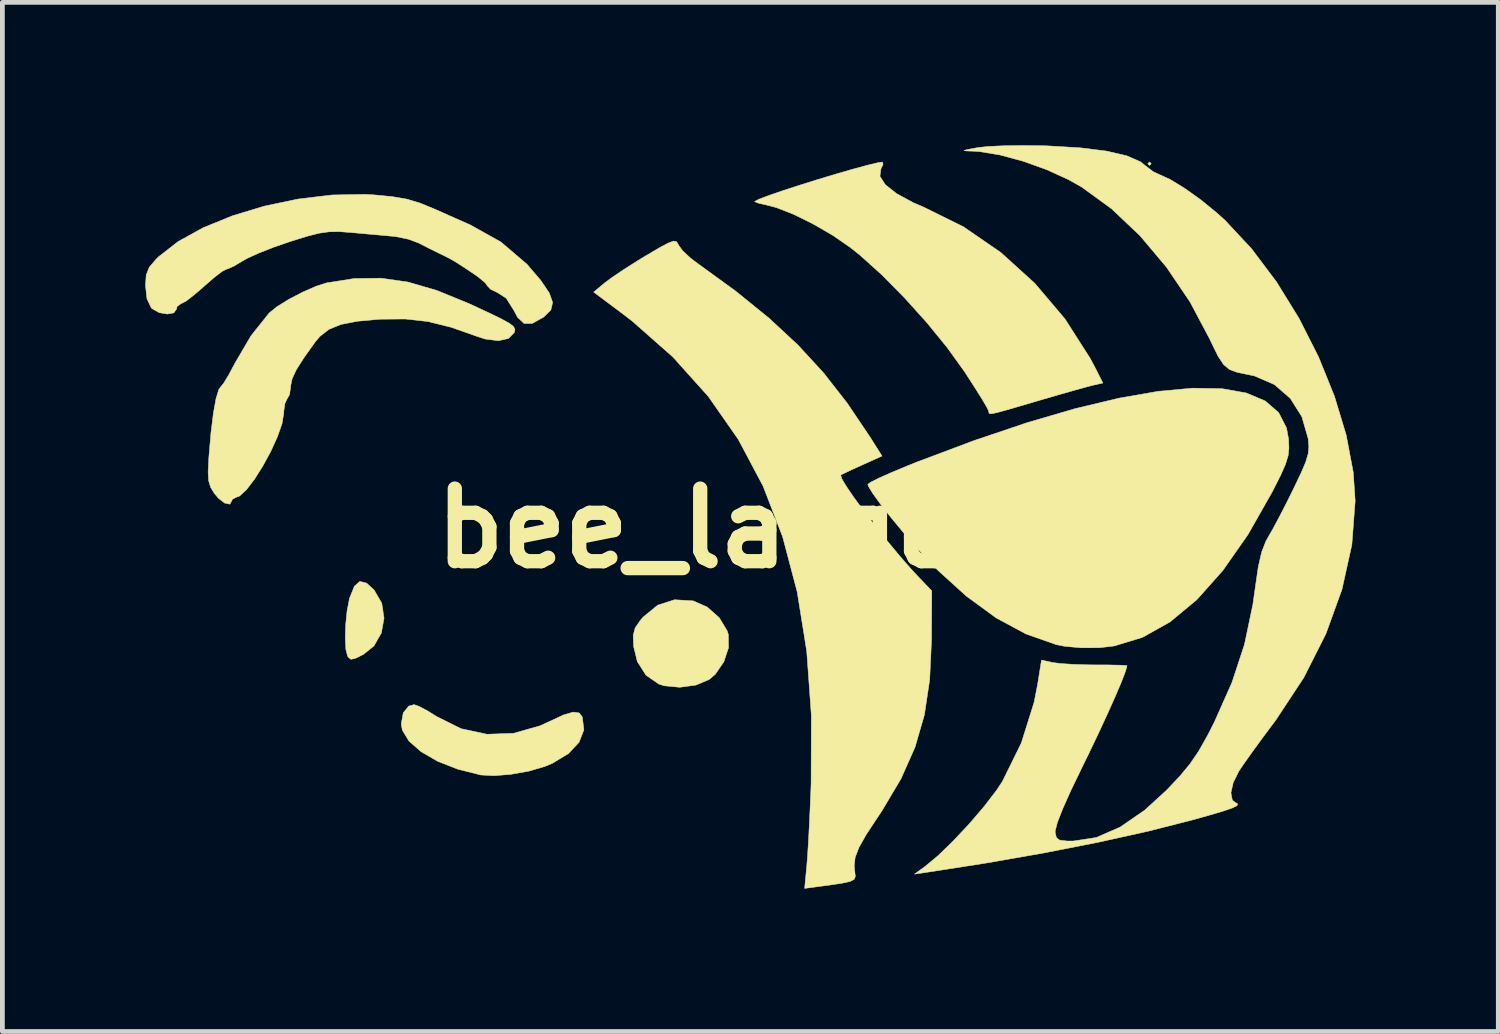
<source format=kicad_pcb>
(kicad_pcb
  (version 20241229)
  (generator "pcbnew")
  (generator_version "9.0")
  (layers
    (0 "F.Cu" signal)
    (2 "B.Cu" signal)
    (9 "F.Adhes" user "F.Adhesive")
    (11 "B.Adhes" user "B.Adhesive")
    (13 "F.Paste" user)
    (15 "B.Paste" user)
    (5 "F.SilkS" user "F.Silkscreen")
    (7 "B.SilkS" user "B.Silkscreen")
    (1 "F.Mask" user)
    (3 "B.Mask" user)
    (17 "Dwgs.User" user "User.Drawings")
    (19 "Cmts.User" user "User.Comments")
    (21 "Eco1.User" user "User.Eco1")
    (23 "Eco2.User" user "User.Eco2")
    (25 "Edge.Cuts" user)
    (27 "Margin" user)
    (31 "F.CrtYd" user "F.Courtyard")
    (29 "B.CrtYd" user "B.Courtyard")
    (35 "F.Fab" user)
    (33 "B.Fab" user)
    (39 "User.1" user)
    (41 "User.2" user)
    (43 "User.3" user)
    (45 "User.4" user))
  (footprint "bee_large_v3"
    (layer "F.Cu")
    (at 13.503 8.044)
    (property "Reference" "bee_large_v3" (at 0 0 0) (layer "F.SilkS") (effects (font (size 1.524 1.524) (thickness 0.3))))
    (attr through_hole)
    (fp_poly (pts (xy 7.62 -7.656) (xy 7.584 -7.62) (xy 7.547 -7.656) (xy 7.584 -7.693) (xy 7.62 -7.656)) (stroke (width 0.01) (type solid)) (fill yes) (layer "F.SilkS"))
    (fp_poly (pts (xy -8.856 1.15) (xy -8.697 1.295) (xy -8.537 1.571) (xy -8.489 1.885) (xy -8.546 2.198) (xy -8.701 2.469) (xy -8.924 2.648) (xy -9.095 2.731) (xy -9.185 2.75) (xy -9.238 2.708) (xy -9.256 2.68) (xy -9.291 2.54) (xy -9.303 2.303) (xy -9.294 2.018) (xy -9.265 1.73) (xy -9.218 1.487) (xy -9.21 1.458) (xy -9.112 1.215) (xy -8.997 1.114) (xy -8.856 1.15)) (stroke (width 0.01) (type solid)) (fill yes) (layer "F.SilkS"))
    (fp_poly (pts (xy -1.996 1.523) (xy -1.703 1.653) (xy -1.45 1.877) (xy -1.284 2.152) (xy -1.26 2.226) (xy -1.256 2.506) (xy -1.355 2.803) (xy -1.533 3.063) (xy -1.662 3.173) (xy -1.94 3.291) (xy -2.279 3.337) (xy -2.606 3.306) (xy -2.721 3.269) (xy -2.988 3.084) (xy -3.171 2.798) (xy -3.248 2.482) (xy -3.258 2.25) (xy -3.216 2.088) (xy -3.1 1.922) (xy -3.049 1.863) (xy -2.744 1.613) (xy -2.389 1.499) (xy -1.996 1.523)) (stroke (width 0.01) (type solid)) (fill yes) (layer "F.SilkS"))
    (fp_poly (pts (xy -7.751 3.739) (xy -7.567 3.837) (xy -7.383 3.952) (xy -6.873 4.206) (xy -6.329 4.323) (xy -5.769 4.303) (xy -5.211 4.145) (xy -5.021 4.057) (xy -4.719 3.917) (xy -4.516 3.858) (xy -4.39 3.876) (xy -4.326 3.961) (xy -4.293 4.231) (xy -4.395 4.493) (xy -4.62 4.732) (xy -4.959 4.936) (xy -5.113 5) (xy -5.449 5.098) (xy -5.827 5.165) (xy -6.185 5.194) (xy -6.459 5.178) (xy -6.938 5.058) (xy -7.362 4.892) (xy -7.711 4.69) (xy -7.966 4.467) (xy -8.107 4.234) (xy -8.128 4.106) (xy -8.085 3.871) (xy -7.968 3.73) (xy -7.858 3.701) (xy -7.751 3.739)) (stroke (width 0.01) (type solid)) (fill yes) (layer "F.SilkS"))
    (fp_poly (pts (xy 9.106 -2.933) (xy 9.615 -2.843) (xy 10.012 -2.676) (xy 10.295 -2.431) (xy 10.461 -2.108) (xy 10.504 -1.869) (xy 10.511 -1.687) (xy 10.494 -1.526) (xy 10.44 -1.348) (xy 10.339 -1.119) (xy 10.179 -0.802) (xy 10.163 -0.77) (xy 9.652 0.129) (xy 9.124 0.884) (xy 8.579 1.496) (xy 8.016 1.964) (xy 7.437 2.289) (xy 6.841 2.47) (xy 6.526 2.507) (xy 6.151 2.508) (xy 5.798 2.476) (xy 5.624 2.441) (xy 4.988 2.217) (xy 4.364 1.881) (xy 3.735 1.421) (xy 3.145 0.886) (xy 2.909 0.643) (xy 2.651 0.359) (xy 2.39 0.056) (xy 2.144 -0.242) (xy 1.932 -0.513) (xy 1.772 -0.734) (xy 1.682 -0.883) (xy 1.669 -0.925) (xy 1.733 -0.971) (xy 1.909 -1.059) (xy 2.175 -1.177) (xy 2.506 -1.315) (xy 2.703 -1.394) (xy 3.901 -1.844) (xy 5.01 -2.218) (xy 6.026 -2.515) (xy 6.947 -2.735) (xy 7.77 -2.878) (xy 8.49 -2.944) (xy 9.106 -2.933)) (stroke (width 0.01) (type solid)) (fill yes) (layer "F.SilkS"))
    (fp_poly (pts (xy 1.989 -7.642) (xy 1.944 -7.55) (xy 1.923 -7.393) (xy 2.036 -7.216) (xy 2.272 -7.029) (xy 2.623 -6.839) (xy 2.839 -6.746) (xy 3.677 -6.332) (xy 4.462 -5.792) (xy 5.177 -5.143) (xy 5.808 -4.398) (xy 6.336 -3.573) (xy 6.45 -3.358) (xy 6.605 -3.051) (xy 6.405 -3.007) (xy 6.263 -2.97) (xy 6.014 -2.901) (xy 5.69 -2.809) (xy 5.325 -2.703) (xy 5.242 -2.679) (xy 4.843 -2.561) (xy 4.563 -2.48) (xy 4.38 -2.43) (xy 4.275 -2.408) (xy 4.225 -2.409) (xy 4.21 -2.427) (xy 4.209 -2.456) (xy 4.171 -2.537) (xy 4.068 -2.713) (xy 3.913 -2.96) (xy 3.724 -3.252) (xy 3.697 -3.294) (xy 3.34 -3.79) (xy 2.91 -4.318) (xy 2.439 -4.841) (xy 1.961 -5.325) (xy 1.506 -5.735) (xy 1.306 -5.895) (xy 0.933 -6.152) (xy 0.521 -6.391) (xy 0.112 -6.593) (xy -0.254 -6.736) (xy -0.457 -6.789) (xy -0.625 -6.827) (xy -0.706 -6.859) (xy -0.706 -6.865) (xy -0.611 -6.914) (xy -0.403 -6.992) (xy -0.11 -7.093) (xy 0.239 -7.206) (xy 0.618 -7.325) (xy 0.999 -7.44) (xy 1.353 -7.542) (xy 1.655 -7.624) (xy 1.875 -7.677) (xy 1.978 -7.692) (xy 1.989 -7.642)) (stroke (width 0.01) (type solid)) (fill yes) (layer "F.SilkS"))
    (fp_poly (pts (xy -7.984 -5.171) (xy -7.379 -4.995) (xy -6.705 -4.719) (xy -6.64 -4.69) (xy -6.271 -4.518) (xy -6.016 -4.393) (xy -5.855 -4.304) (xy -5.77 -4.237) (xy -5.741 -4.18) (xy -5.751 -4.122) (xy -5.755 -4.111) (xy -5.875 -3.987) (xy -6.088 -3.94) (xy -6.365 -3.975) (xy -6.526 -4.027) (xy -7.08 -4.222) (xy -7.569 -4.343) (xy -8.042 -4.396) (xy -8.552 -4.392) (xy -8.598 -4.39) (xy -9.055 -4.348) (xy -9.395 -4.281) (xy -9.647 -4.178) (xy -9.837 -4.03) (xy -9.933 -3.916) (xy -10.173 -3.58) (xy -10.331 -3.33) (xy -10.419 -3.142) (xy -10.45 -2.992) (xy -10.45 -2.97) (xy -10.474 -2.806) (xy -10.523 -2.721) (xy -10.571 -2.626) (xy -10.595 -2.447) (xy -10.596 -2.409) (xy -10.632 -2.196) (xy -10.728 -1.922) (xy -10.867 -1.617) (xy -11.033 -1.311) (xy -11.209 -1.032) (xy -11.378 -0.812) (xy -11.522 -0.679) (xy -11.593 -0.653) (xy -11.678 -0.607) (xy -11.684 -0.581) (xy -11.727 -0.508) (xy -11.832 -0.529) (xy -11.965 -0.63) (xy -12.049 -0.729) (xy -12.13 -0.861) (xy -12.172 -0.998) (xy -12.183 -1.186) (xy -12.169 -1.469) (xy -12.166 -1.509) (xy -12.123 -2.011) (xy -12.072 -2.422) (xy -12.016 -2.729) (xy -11.959 -2.915) (xy -11.925 -2.963) (xy -11.856 -3.048) (xy -11.748 -3.227) (xy -11.622 -3.463) (xy -11.611 -3.483) (xy -11.282 -4.044) (xy -10.902 -4.521) (xy -10.74 -4.653) (xy -10.49 -4.808) (xy -10.198 -4.96) (xy -9.913 -5.085) (xy -9.697 -5.154) (xy -9.113 -5.246) (xy -8.552 -5.253) (xy -7.984 -5.171)) (stroke (width 0.01) (type solid)) (fill yes) (layer "F.SilkS"))
    (fp_poly (pts (xy -2.349 -6.021) (xy -2.314 -5.967) (xy -2.309 -5.953) (xy -2.221 -5.831) (xy -2.053 -5.674) (xy -1.916 -5.57) (xy -1.103 -4.979) (xy -0.405 -4.413) (xy 0.202 -3.849) (xy 0.74 -3.264) (xy 1.232 -2.635) (xy 1.701 -1.939) (xy 1.702 -1.939) (xy 1.967 -1.519) (xy 1.546 -1.329) (xy 1.324 -1.228) (xy 1.163 -1.152) (xy 1.1 -1.12) (xy 1.119 -1.047) (xy 1.216 -0.884) (xy 1.375 -0.651) (xy 1.582 -0.368) (xy 1.821 -0.057) (xy 2.076 0.264) (xy 2.332 0.572) (xy 2.573 0.849) (xy 2.714 1.001) (xy 3.012 1.313) (xy 3.006 2.344) (xy 2.968 3.176) (xy 2.857 3.915) (xy 2.66 4.595) (xy 2.367 5.255) (xy 1.967 5.929) (xy 1.862 6.086) (xy 1.632 6.435) (xy 1.483 6.7) (xy 1.403 6.909) (xy 1.382 7.089) (xy 1.396 7.219) (xy 1.407 7.308) (xy 1.383 7.369) (xy 1.299 7.413) (xy 1.131 7.451) (xy 0.854 7.492) (xy 0.697 7.513) (xy 0.342 7.56) (xy 0.386 7.1) (xy 0.404 6.871) (xy 0.425 6.532) (xy 0.446 6.12) (xy 0.466 5.671) (xy 0.478 5.37) (xy 0.483 3.925) (xy 0.386 2.581) (xy 0.186 1.334) (xy -0.119 0.18) (xy -0.53 -0.886) (xy -1.051 -1.868) (xy -1.681 -2.77) (xy -2.423 -3.597) (xy -3.279 -4.352) (xy -3.514 -4.532) (xy -4.088 -4.961) (xy -3.858 -5.153) (xy -3.694 -5.274) (xy -3.446 -5.441) (xy -3.154 -5.626) (xy -2.995 -5.722) (xy -2.709 -5.891) (xy -2.522 -5.991) (xy -2.41 -6.032) (xy -2.349 -6.021)) (stroke (width 0.01) (type solid)) (fill yes) (layer "F.SilkS"))
    (fp_poly (pts (xy -8.709 -7.003) (xy -8.314 -6.965) (xy -8.006 -6.912) (xy -7.729 -6.828) (xy -7.439 -6.709) (xy -7.267 -6.633) (xy -7.013 -6.52) (xy -6.727 -6.393) (xy -6.68 -6.373) (xy -6.037 -6.014) (xy -5.488 -5.546) (xy -5.198 -5.206) (xy -5.019 -4.941) (xy -4.949 -4.742) (xy -4.987 -4.585) (xy -5.131 -4.442) (xy -5.146 -4.432) (xy -5.376 -4.303) (xy -5.548 -4.301) (xy -5.686 -4.431) (xy -5.764 -4.579) (xy -5.924 -4.832) (xy -6.104 -4.949) (xy -6.251 -5.019) (xy -6.314 -5.086) (xy -6.314 -5.086) (xy -6.369 -5.16) (xy -6.511 -5.278) (xy -6.615 -5.351) (xy -6.841 -5.501) (xy -6.991 -5.597) (xy -7.108 -5.664) (xy -7.236 -5.729) (xy -7.312 -5.765) (xy -7.545 -5.88) (xy -7.762 -5.991) (xy -7.977 -6.071) (xy -8.236 -6.125) (xy -8.288 -6.131) (xy -8.519 -6.152) (xy -8.829 -6.18) (xy -9.151 -6.209) (xy -9.159 -6.21) (xy -9.425 -6.23) (xy -9.642 -6.227) (xy -9.855 -6.197) (xy -10.112 -6.131) (xy -10.459 -6.023) (xy -10.465 -6.021) (xy -10.804 -5.904) (xy -11.117 -5.781) (xy -11.361 -5.67) (xy -11.465 -5.612) (xy -11.641 -5.506) (xy -11.774 -5.447) (xy -11.797 -5.443) (xy -11.886 -5.397) (xy -12.047 -5.275) (xy -12.246 -5.103) (xy -12.27 -5.08) (xy -12.474 -4.904) (xy -12.644 -4.774) (xy -12.748 -4.718) (xy -12.754 -4.718) (xy -12.835 -4.659) (xy -12.845 -4.608) (xy -12.903 -4.525) (xy -13.042 -4.5) (xy -13.21 -4.529) (xy -13.358 -4.612) (xy -13.378 -4.632) (xy -13.467 -4.819) (xy -13.498 -5.1) (xy -13.483 -5.321) (xy -13.419 -5.483) (xy -13.275 -5.652) (xy -13.227 -5.7) (xy -12.815 -6.021) (xy -12.288 -6.312) (xy -11.673 -6.563) (xy -10.999 -6.767) (xy -10.293 -6.915) (xy -9.583 -7) (xy -8.897 -7.013) (xy -8.709 -7.003)) (stroke (width 0.01) (type solid)) (fill yes) (layer "F.SilkS"))
    (fp_poly (pts (xy 5.345 -8.034) (xy 5.443 -8.031) (xy 6.125 -7.991) (xy 6.681 -7.922) (xy 7.106 -7.823) (xy 7.394 -7.697) (xy 7.491 -7.619) (xy 7.659 -7.491) (xy 7.781 -7.434) (xy 8.018 -7.326) (xy 8.322 -7.14) (xy 8.658 -6.9) (xy 8.991 -6.629) (xy 9.169 -6.469) (xy 9.73 -5.867) (xy 10.253 -5.171) (xy 10.725 -4.406) (xy 11.133 -3.599) (xy 11.467 -2.774) (xy 11.714 -1.957) (xy 11.862 -1.175) (xy 11.902 -0.576) (xy 11.832 0.346) (xy 11.625 1.282) (xy 11.287 2.216) (xy 10.824 3.133) (xy 10.242 4.016) (xy 10.206 4.064) (xy 9.973 4.377) (xy 9.756 4.674) (xy 9.579 4.923) (xy 9.465 5.091) (xy 9.461 5.097) (xy 9.341 5.339) (xy 9.293 5.553) (xy 9.322 5.705) (xy 9.38 5.753) (xy 9.435 5.785) (xy 9.42 5.823) (xy 9.321 5.872) (xy 9.122 5.94) (xy 8.809 6.032) (xy 8.457 6.13) (xy 7.544 6.362) (xy 6.505 6.592) (xy 5.36 6.817) (xy 4.129 7.032) (xy 2.903 7.223) (xy 2.649 7.26) (xy 2.867 7.102) (xy 3.143 6.873) (xy 3.465 6.561) (xy 3.801 6.202) (xy 4.115 5.835) (xy 4.374 5.497) (xy 4.497 5.31) (xy 4.892 4.507) (xy 5.161 3.65) (xy 5.232 3.288) (xy 5.316 2.765) (xy 5.543 2.816) (xy 5.717 2.839) (xy 5.989 2.856) (xy 6.31 2.866) (xy 6.441 2.867) (xy 6.733 2.868) (xy 6.961 2.873) (xy 7.092 2.879) (xy 7.112 2.883) (xy 7.081 2.997) (xy 6.996 3.22) (xy 6.865 3.528) (xy 6.699 3.9) (xy 6.507 4.314) (xy 6.3 4.747) (xy 6.174 5.004) (xy 5.938 5.493) (xy 5.761 5.888) (xy 5.648 6.178) (xy 5.603 6.355) (xy 5.603 6.383) (xy 5.628 6.493) (xy 5.697 6.547) (xy 5.85 6.565) (xy 5.987 6.565) (xy 6.467 6.491) (xy 6.967 6.273) (xy 7.486 5.915) (xy 7.945 5.495) (xy 8.222 5.202) (xy 8.436 4.943) (xy 8.62 4.672) (xy 8.805 4.343) (xy 8.947 4.064) (xy 9.314 3.239) (xy 9.578 2.436) (xy 9.754 1.598) (xy 9.807 1.224) (xy 9.868 0.804) (xy 9.939 0.496) (xy 10.028 0.268) (xy 10.072 0.19) (xy 10.177 0.007) (xy 10.323 -0.266) (xy 10.487 -0.588) (xy 10.604 -0.824) (xy 10.762 -1.154) (xy 10.863 -1.39) (xy 10.915 -1.566) (xy 10.93 -1.715) (xy 10.916 -1.871) (xy 10.915 -1.885) (xy 10.782 -2.345) (xy 10.54 -2.729) (xy 10.204 -3.02) (xy 9.791 -3.199) (xy 9.668 -3.226) (xy 9.429 -3.274) (xy 9.262 -3.336) (xy 9.137 -3.441) (xy 9.023 -3.615) (xy 8.889 -3.888) (xy 8.85 -3.971) (xy 8.435 -4.753) (xy 7.94 -5.484) (xy 7.385 -6.143) (xy 6.788 -6.709) (xy 6.168 -7.161) (xy 5.891 -7.318) (xy 5.43 -7.529) (xy 4.932 -7.708) (xy 4.444 -7.84) (xy 4.014 -7.911) (xy 3.889 -7.919) (xy 3.73 -7.925) (xy 3.687 -7.935) (xy 3.77 -7.957) (xy 3.988 -7.996) (xy 3.991 -7.997) (xy 4.213 -8.02) (xy 4.539 -8.034) (xy 4.93 -8.039) (xy 5.345 -8.034)) (stroke (width 0.01) (type solid)) (fill yes) (layer "F.SilkS")))
  (gr_rect
    (start -3 -3)
    (end 28.41 18.609)
    (stroke (width 0.1) (type default))
    (fill no)
    (layer "Edge.Cuts")))
</source>
